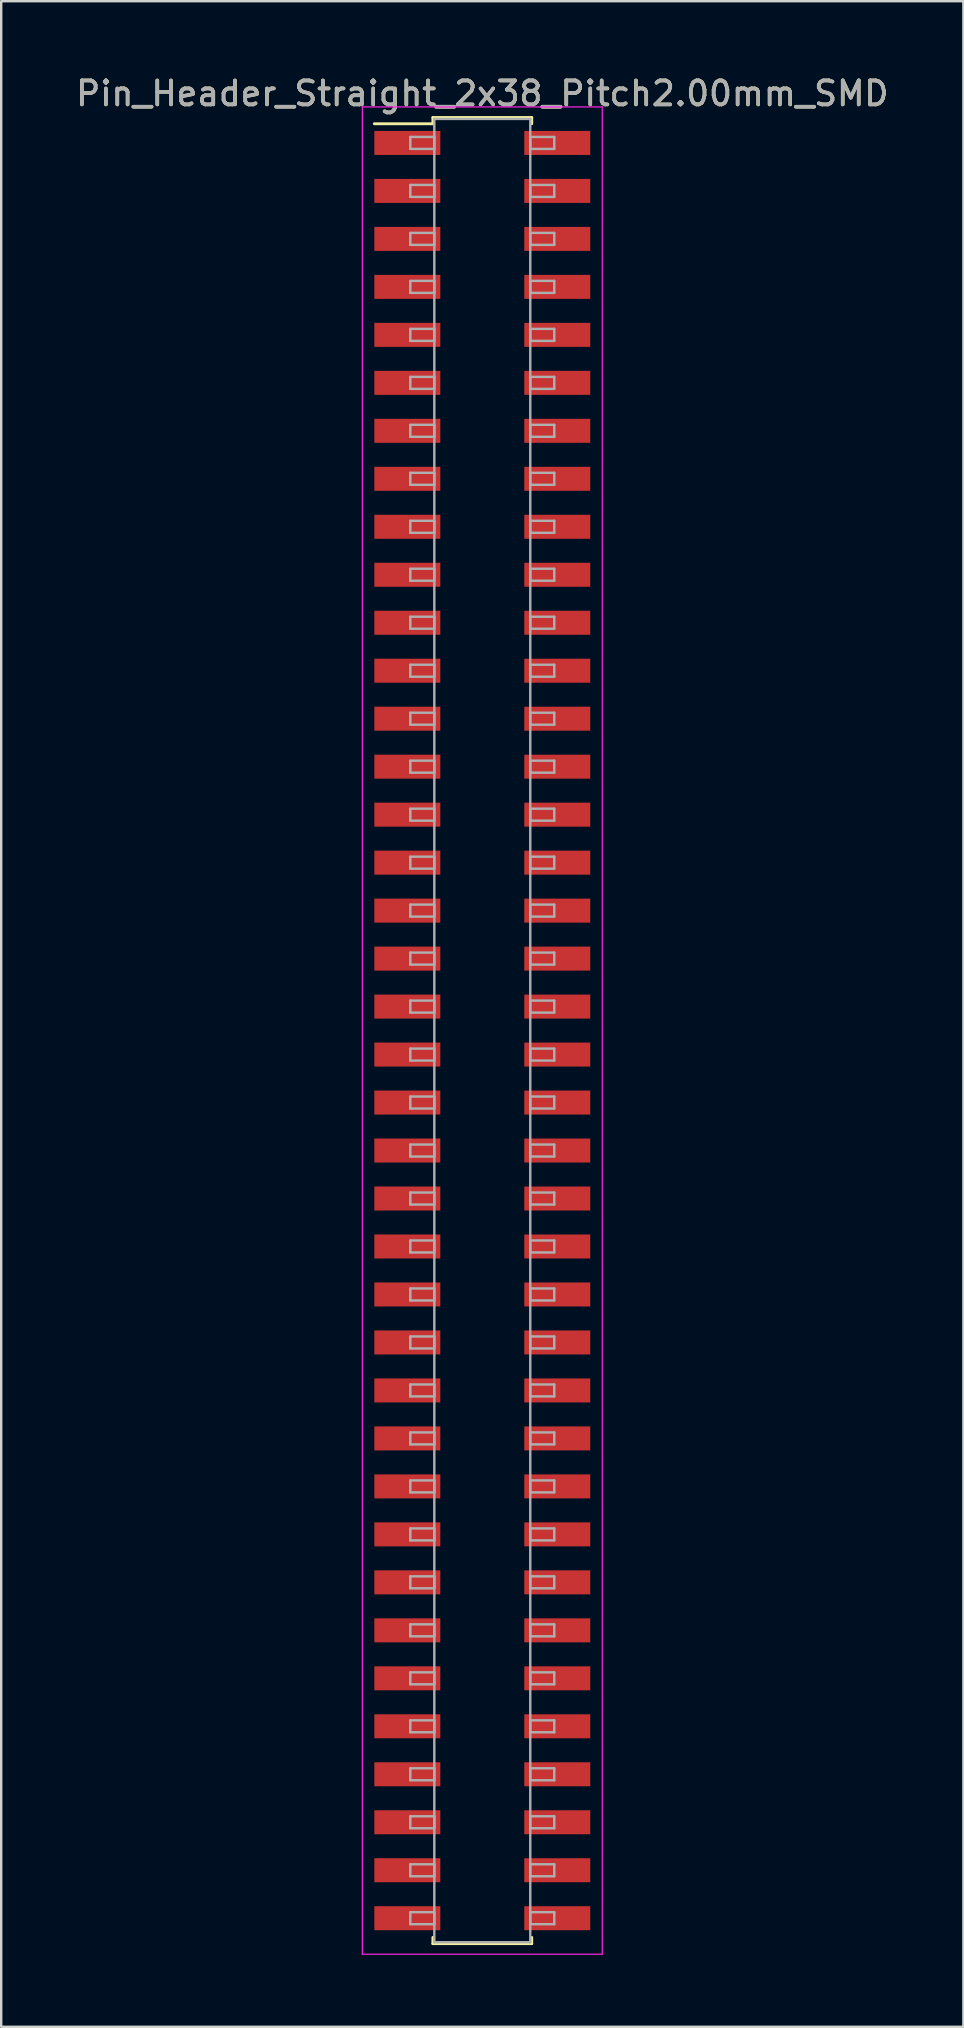
<source format=kicad_pcb>
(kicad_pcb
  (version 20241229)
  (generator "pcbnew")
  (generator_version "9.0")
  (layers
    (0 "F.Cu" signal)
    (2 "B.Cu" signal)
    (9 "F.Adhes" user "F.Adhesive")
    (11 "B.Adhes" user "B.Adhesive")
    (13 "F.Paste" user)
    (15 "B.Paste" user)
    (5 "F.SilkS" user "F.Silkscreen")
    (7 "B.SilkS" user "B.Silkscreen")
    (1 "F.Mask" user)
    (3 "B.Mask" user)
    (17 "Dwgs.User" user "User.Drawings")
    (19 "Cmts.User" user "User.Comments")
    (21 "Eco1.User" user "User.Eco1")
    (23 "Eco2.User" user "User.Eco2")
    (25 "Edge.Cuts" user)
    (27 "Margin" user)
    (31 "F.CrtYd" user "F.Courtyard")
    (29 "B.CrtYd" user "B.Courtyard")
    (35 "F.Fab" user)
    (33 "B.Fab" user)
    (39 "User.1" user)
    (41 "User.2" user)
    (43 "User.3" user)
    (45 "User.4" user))
  (footprint "Pin_Header_Straight_2x38_Pitch2.00mm_SMD"
    (layer "F.Cu")
    (at 17.054 39.908)
    (property "Reference" "Pin_Header_Straight_2x38_Pitch2.00mm_SMD" (at 0 -39.06 0) (layer "F.SilkS") (effects (font (size 1 1) (thickness 0.15))))
    (attr smd)
    (fp_line (start -4.5 -37.8) (end -2.06 -37.8) (stroke (width 0.12) (type solid)) (layer "F.SilkS"))
    (fp_line (start -2.06 -38.06) (end 2.06 -38.06) (stroke (width 0.12) (type solid)) (layer "F.SilkS"))
    (fp_line (start -2.06 -37.8) (end -2.06 -38.06) (stroke (width 0.12) (type solid)) (layer "F.SilkS"))
    (fp_line (start -2.06 37.8) (end -2.06 38.06) (stroke (width 0.12) (type solid)) (layer "F.SilkS"))
    (fp_line (start -2.06 38.06) (end 2.06 38.06) (stroke (width 0.12) (type solid)) (layer "F.SilkS"))
    (fp_line (start 2.06 -38.06) (end 2.06 -37.8) (stroke (width 0.12) (type solid)) (layer "F.SilkS"))
    (fp_line (start 2.06 38.06) (end 2.06 37.8) (stroke (width 0.12) (type solid)) (layer "F.SilkS"))
    (fp_line (start -5 -38.5) (end -5 38.5) (stroke (width 0.05) (type solid)) (layer "F.CrtYd"))
    (fp_line (start -5 38.5) (end 5 38.5) (stroke (width 0.05) (type solid)) (layer "F.CrtYd"))
    (fp_line (start 5 -38.5) (end -5 -38.5) (stroke (width 0.05) (type solid)) (layer "F.CrtYd"))
    (fp_line (start 5 38.5) (end 5 -38.5) (stroke (width 0.05) (type solid)) (layer "F.CrtYd"))
    (fp_line (start -3 -37.25) (end -2 -37.25) (stroke (width 0.1) (type solid)) (layer "F.Fab"))
    (fp_line (start -3 -36.75) (end -3 -37.25) (stroke (width 0.1) (type solid)) (layer "F.Fab"))
    (fp_line (start -3 -35.25) (end -2 -35.25) (stroke (width 0.1) (type solid)) (layer "F.Fab"))
    (fp_line (start -3 -34.75) (end -3 -35.25) (stroke (width 0.1) (type solid)) (layer "F.Fab"))
    (fp_line (start -3 -33.25) (end -2 -33.25) (stroke (width 0.1) (type solid)) (layer "F.Fab"))
    (fp_line (start -3 -32.75) (end -3 -33.25) (stroke (width 0.1) (type solid)) (layer "F.Fab"))
    (fp_line (start -3 -31.25) (end -2 -31.25) (stroke (width 0.1) (type solid)) (layer "F.Fab"))
    (fp_line (start -3 -30.75) (end -3 -31.25) (stroke (width 0.1) (type solid)) (layer "F.Fab"))
    (fp_line (start -3 -29.25) (end -2 -29.25) (stroke (width 0.1) (type solid)) (layer "F.Fab"))
    (fp_line (start -3 -28.75) (end -3 -29.25) (stroke (width 0.1) (type solid)) (layer "F.Fab"))
    (fp_line (start -3 -27.25) (end -2 -27.25) (stroke (width 0.1) (type solid)) (layer "F.Fab"))
    (fp_line (start -3 -26.75) (end -3 -27.25) (stroke (width 0.1) (type solid)) (layer "F.Fab"))
    (fp_line (start -3 -25.25) (end -2 -25.25) (stroke (width 0.1) (type solid)) (layer "F.Fab"))
    (fp_line (start -3 -24.75) (end -3 -25.25) (stroke (width 0.1) (type solid)) (layer "F.Fab"))
    (fp_line (start -3 -23.25) (end -2 -23.25) (stroke (width 0.1) (type solid)) (layer "F.Fab"))
    (fp_line (start -3 -22.75) (end -3 -23.25) (stroke (width 0.1) (type solid)) (layer "F.Fab"))
    (fp_line (start -3 -21.25) (end -2 -21.25) (stroke (width 0.1) (type solid)) (layer "F.Fab"))
    (fp_line (start -3 -20.75) (end -3 -21.25) (stroke (width 0.1) (type solid)) (layer "F.Fab"))
    (fp_line (start -3 -19.25) (end -2 -19.25) (stroke (width 0.1) (type solid)) (layer "F.Fab"))
    (fp_line (start -3 -18.75) (end -3 -19.25) (stroke (width 0.1) (type solid)) (layer "F.Fab"))
    (fp_line (start -3 -17.25) (end -2 -17.25) (stroke (width 0.1) (type solid)) (layer "F.Fab"))
    (fp_line (start -3 -16.75) (end -3 -17.25) (stroke (width 0.1) (type solid)) (layer "F.Fab"))
    (fp_line (start -3 -15.25) (end -2 -15.25) (stroke (width 0.1) (type solid)) (layer "F.Fab"))
    (fp_line (start -3 -14.75) (end -3 -15.25) (stroke (width 0.1) (type solid)) (layer "F.Fab"))
    (fp_line (start -3 -13.25) (end -2 -13.25) (stroke (width 0.1) (type solid)) (layer "F.Fab"))
    (fp_line (start -3 -12.75) (end -3 -13.25) (stroke (width 0.1) (type solid)) (layer "F.Fab"))
    (fp_line (start -3 -11.25) (end -2 -11.25) (stroke (width 0.1) (type solid)) (layer "F.Fab"))
    (fp_line (start -3 -10.75) (end -3 -11.25) (stroke (width 0.1) (type solid)) (layer "F.Fab"))
    (fp_line (start -3 -9.25) (end -2 -9.25) (stroke (width 0.1) (type solid)) (layer "F.Fab"))
    (fp_line (start -3 -8.75) (end -3 -9.25) (stroke (width 0.1) (type solid)) (layer "F.Fab"))
    (fp_line (start -3 -7.25) (end -2 -7.25) (stroke (width 0.1) (type solid)) (layer "F.Fab"))
    (fp_line (start -3 -6.75) (end -3 -7.25) (stroke (width 0.1) (type solid)) (layer "F.Fab"))
    (fp_line (start -3 -5.25) (end -2 -5.25) (stroke (width 0.1) (type solid)) (layer "F.Fab"))
    (fp_line (start -3 -4.75) (end -3 -5.25) (stroke (width 0.1) (type solid)) (layer "F.Fab"))
    (fp_line (start -3 -3.25) (end -2 -3.25) (stroke (width 0.1) (type solid)) (layer "F.Fab"))
    (fp_line (start -3 -2.75) (end -3 -3.25) (stroke (width 0.1) (type solid)) (layer "F.Fab"))
    (fp_line (start -3 -1.25) (end -2 -1.25) (stroke (width 0.1) (type solid)) (layer "F.Fab"))
    (fp_line (start -3 -0.75) (end -3 -1.25) (stroke (width 0.1) (type solid)) (layer "F.Fab"))
    (fp_line (start -3 0.75) (end -2 0.75) (stroke (width 0.1) (type solid)) (layer "F.Fab"))
    (fp_line (start -3 1.25) (end -3 0.75) (stroke (width 0.1) (type solid)) (layer "F.Fab"))
    (fp_line (start -3 2.75) (end -2 2.75) (stroke (width 0.1) (type solid)) (layer "F.Fab"))
    (fp_line (start -3 3.25) (end -3 2.75) (stroke (width 0.1) (type solid)) (layer "F.Fab"))
    (fp_line (start -3 4.75) (end -2 4.75) (stroke (width 0.1) (type solid)) (layer "F.Fab"))
    (fp_line (start -3 5.25) (end -3 4.75) (stroke (width 0.1) (type solid)) (layer "F.Fab"))
    (fp_line (start -3 6.75) (end -2 6.75) (stroke (width 0.1) (type solid)) (layer "F.Fab"))
    (fp_line (start -3 7.25) (end -3 6.75) (stroke (width 0.1) (type solid)) (layer "F.Fab"))
    (fp_line (start -3 8.75) (end -2 8.75) (stroke (width 0.1) (type solid)) (layer "F.Fab"))
    (fp_line (start -3 9.25) (end -3 8.75) (stroke (width 0.1) (type solid)) (layer "F.Fab"))
    (fp_line (start -3 10.75) (end -2 10.75) (stroke (width 0.1) (type solid)) (layer "F.Fab"))
    (fp_line (start -3 11.25) (end -3 10.75) (stroke (width 0.1) (type solid)) (layer "F.Fab"))
    (fp_line (start -3 12.75) (end -2 12.75) (stroke (width 0.1) (type solid)) (layer "F.Fab"))
    (fp_line (start -3 13.25) (end -3 12.75) (stroke (width 0.1) (type solid)) (layer "F.Fab"))
    (fp_line (start -3 14.75) (end -2 14.75) (stroke (width 0.1) (type solid)) (layer "F.Fab"))
    (fp_line (start -3 15.25) (end -3 14.75) (stroke (width 0.1) (type solid)) (layer "F.Fab"))
    (fp_line (start -3 16.75) (end -2 16.75) (stroke (width 0.1) (type solid)) (layer "F.Fab"))
    (fp_line (start -3 17.25) (end -3 16.75) (stroke (width 0.1) (type solid)) (layer "F.Fab"))
    (fp_line (start -3 18.75) (end -2 18.75) (stroke (width 0.1) (type solid)) (layer "F.Fab"))
    (fp_line (start -3 19.25) (end -3 18.75) (stroke (width 0.1) (type solid)) (layer "F.Fab"))
    (fp_line (start -3 20.75) (end -2 20.75) (stroke (width 0.1) (type solid)) (layer "F.Fab"))
    (fp_line (start -3 21.25) (end -3 20.75) (stroke (width 0.1) (type solid)) (layer "F.Fab"))
    (fp_line (start -3 22.75) (end -2 22.75) (stroke (width 0.1) (type solid)) (layer "F.Fab"))
    (fp_line (start -3 23.25) (end -3 22.75) (stroke (width 0.1) (type solid)) (layer "F.Fab"))
    (fp_line (start -3 24.75) (end -2 24.75) (stroke (width 0.1) (type solid)) (layer "F.Fab"))
    (fp_line (start -3 25.25) (end -3 24.75) (stroke (width 0.1) (type solid)) (layer "F.Fab"))
    (fp_line (start -3 26.75) (end -2 26.75) (stroke (width 0.1) (type solid)) (layer "F.Fab"))
    (fp_line (start -3 27.25) (end -3 26.75) (stroke (width 0.1) (type solid)) (layer "F.Fab"))
    (fp_line (start -3 28.75) (end -2 28.75) (stroke (width 0.1) (type solid)) (layer "F.Fab"))
    (fp_line (start -3 29.25) (end -3 28.75) (stroke (width 0.1) (type solid)) (layer "F.Fab"))
    (fp_line (start -3 30.75) (end -2 30.75) (stroke (width 0.1) (type solid)) (layer "F.Fab"))
    (fp_line (start -3 31.25) (end -3 30.75) (stroke (width 0.1) (type solid)) (layer "F.Fab"))
    (fp_line (start -3 32.75) (end -2 32.75) (stroke (width 0.1) (type solid)) (layer "F.Fab"))
    (fp_line (start -3 33.25) (end -3 32.75) (stroke (width 0.1) (type solid)) (layer "F.Fab"))
    (fp_line (start -3 34.75) (end -2 34.75) (stroke (width 0.1) (type solid)) (layer "F.Fab"))
    (fp_line (start -3 35.25) (end -3 34.75) (stroke (width 0.1) (type solid)) (layer "F.Fab"))
    (fp_line (start -3 36.75) (end -2 36.75) (stroke (width 0.1) (type solid)) (layer "F.Fab"))
    (fp_line (start -3 37.25) (end -3 36.75) (stroke (width 0.1) (type solid)) (layer "F.Fab"))
    (fp_line (start -2 -38) (end -2 38) (stroke (width 0.1) (type solid)) (layer "F.Fab"))
    (fp_line (start -2 -37.25) (end -2 -36.75) (stroke (width 0.1) (type solid)) (layer "F.Fab"))
    (fp_line (start -2 -36.75) (end -3 -36.75) (stroke (width 0.1) (type solid)) (layer "F.Fab"))
    (fp_line (start -2 -35.25) (end -2 -34.75) (stroke (width 0.1) (type solid)) (layer "F.Fab"))
    (fp_line (start -2 -34.75) (end -3 -34.75) (stroke (width 0.1) (type solid)) (layer "F.Fab"))
    (fp_line (start -2 -33.25) (end -2 -32.75) (stroke (width 0.1) (type solid)) (layer "F.Fab"))
    (fp_line (start -2 -32.75) (end -3 -32.75) (stroke (width 0.1) (type solid)) (layer "F.Fab"))
    (fp_line (start -2 -31.25) (end -2 -30.75) (stroke (width 0.1) (type solid)) (layer "F.Fab"))
    (fp_line (start -2 -30.75) (end -3 -30.75) (stroke (width 0.1) (type solid)) (layer "F.Fab"))
    (fp_line (start -2 -29.25) (end -2 -28.75) (stroke (width 0.1) (type solid)) (layer "F.Fab"))
    (fp_line (start -2 -28.75) (end -3 -28.75) (stroke (width 0.1) (type solid)) (layer "F.Fab"))
    (fp_line (start -2 -27.25) (end -2 -26.75) (stroke (width 0.1) (type solid)) (layer "F.Fab"))
    (fp_line (start -2 -26.75) (end -3 -26.75) (stroke (width 0.1) (type solid)) (layer "F.Fab"))
    (fp_line (start -2 -25.25) (end -2 -24.75) (stroke (width 0.1) (type solid)) (layer "F.Fab"))
    (fp_line (start -2 -24.75) (end -3 -24.75) (stroke (width 0.1) (type solid)) (layer "F.Fab"))
    (fp_line (start -2 -23.25) (end -2 -22.75) (stroke (width 0.1) (type solid)) (layer "F.Fab"))
    (fp_line (start -2 -22.75) (end -3 -22.75) (stroke (width 0.1) (type solid)) (layer "F.Fab"))
    (fp_line (start -2 -21.25) (end -2 -20.75) (stroke (width 0.1) (type solid)) (layer "F.Fab"))
    (fp_line (start -2 -20.75) (end -3 -20.75) (stroke (width 0.1) (type solid)) (layer "F.Fab"))
    (fp_line (start -2 -19.25) (end -2 -18.75) (stroke (width 0.1) (type solid)) (layer "F.Fab"))
    (fp_line (start -2 -18.75) (end -3 -18.75) (stroke (width 0.1) (type solid)) (layer "F.Fab"))
    (fp_line (start -2 -17.25) (end -2 -16.75) (stroke (width 0.1) (type solid)) (layer "F.Fab"))
    (fp_line (start -2 -16.75) (end -3 -16.75) (stroke (width 0.1) (type solid)) (layer "F.Fab"))
    (fp_line (start -2 -15.25) (end -2 -14.75) (stroke (width 0.1) (type solid)) (layer "F.Fab"))
    (fp_line (start -2 -14.75) (end -3 -14.75) (stroke (width 0.1) (type solid)) (layer "F.Fab"))
    (fp_line (start -2 -13.25) (end -2 -12.75) (stroke (width 0.1) (type solid)) (layer "F.Fab"))
    (fp_line (start -2 -12.75) (end -3 -12.75) (stroke (width 0.1) (type solid)) (layer "F.Fab"))
    (fp_line (start -2 -11.25) (end -2 -10.75) (stroke (width 0.1) (type solid)) (layer "F.Fab"))
    (fp_line (start -2 -10.75) (end -3 -10.75) (stroke (width 0.1) (type solid)) (layer "F.Fab"))
    (fp_line (start -2 -9.25) (end -2 -8.75) (stroke (width 0.1) (type solid)) (layer "F.Fab"))
    (fp_line (start -2 -8.75) (end -3 -8.75) (stroke (width 0.1) (type solid)) (layer "F.Fab"))
    (fp_line (start -2 -7.25) (end -2 -6.75) (stroke (width 0.1) (type solid)) (layer "F.Fab"))
    (fp_line (start -2 -6.75) (end -3 -6.75) (stroke (width 0.1) (type solid)) (layer "F.Fab"))
    (fp_line (start -2 -5.25) (end -2 -4.75) (stroke (width 0.1) (type solid)) (layer "F.Fab"))
    (fp_line (start -2 -4.75) (end -3 -4.75) (stroke (width 0.1) (type solid)) (layer "F.Fab"))
    (fp_line (start -2 -3.25) (end -2 -2.75) (stroke (width 0.1) (type solid)) (layer "F.Fab"))
    (fp_line (start -2 -2.75) (end -3 -2.75) (stroke (width 0.1) (type solid)) (layer "F.Fab"))
    (fp_line (start -2 -1.25) (end -2 -0.75) (stroke (width 0.1) (type solid)) (layer "F.Fab"))
    (fp_line (start -2 -0.75) (end -3 -0.75) (stroke (width 0.1) (type solid)) (layer "F.Fab"))
    (fp_line (start -2 0.75) (end -2 1.25) (stroke (width 0.1) (type solid)) (layer "F.Fab"))
    (fp_line (start -2 1.25) (end -3 1.25) (stroke (width 0.1) (type solid)) (layer "F.Fab"))
    (fp_line (start -2 2.75) (end -2 3.25) (stroke (width 0.1) (type solid)) (layer "F.Fab"))
    (fp_line (start -2 3.25) (end -3 3.25) (stroke (width 0.1) (type solid)) (layer "F.Fab"))
    (fp_line (start -2 4.75) (end -2 5.25) (stroke (width 0.1) (type solid)) (layer "F.Fab"))
    (fp_line (start -2 5.25) (end -3 5.25) (stroke (width 0.1) (type solid)) (layer "F.Fab"))
    (fp_line (start -2 6.75) (end -2 7.25) (stroke (width 0.1) (type solid)) (layer "F.Fab"))
    (fp_line (start -2 7.25) (end -3 7.25) (stroke (width 0.1) (type solid)) (layer "F.Fab"))
    (fp_line (start -2 8.75) (end -2 9.25) (stroke (width 0.1) (type solid)) (layer "F.Fab"))
    (fp_line (start -2 9.25) (end -3 9.25) (stroke (width 0.1) (type solid)) (layer "F.Fab"))
    (fp_line (start -2 10.75) (end -2 11.25) (stroke (width 0.1) (type solid)) (layer "F.Fab"))
    (fp_line (start -2 11.25) (end -3 11.25) (stroke (width 0.1) (type solid)) (layer "F.Fab"))
    (fp_line (start -2 12.75) (end -2 13.25) (stroke (width 0.1) (type solid)) (layer "F.Fab"))
    (fp_line (start -2 13.25) (end -3 13.25) (stroke (width 0.1) (type solid)) (layer "F.Fab"))
    (fp_line (start -2 14.75) (end -2 15.25) (stroke (width 0.1) (type solid)) (layer "F.Fab"))
    (fp_line (start -2 15.25) (end -3 15.25) (stroke (width 0.1) (type solid)) (layer "F.Fab"))
    (fp_line (start -2 16.75) (end -2 17.25) (stroke (width 0.1) (type solid)) (layer "F.Fab"))
    (fp_line (start -2 17.25) (end -3 17.25) (stroke (width 0.1) (type solid)) (layer "F.Fab"))
    (fp_line (start -2 18.75) (end -2 19.25) (stroke (width 0.1) (type solid)) (layer "F.Fab"))
    (fp_line (start -2 19.25) (end -3 19.25) (stroke (width 0.1) (type solid)) (layer "F.Fab"))
    (fp_line (start -2 20.75) (end -2 21.25) (stroke (width 0.1) (type solid)) (layer "F.Fab"))
    (fp_line (start -2 21.25) (end -3 21.25) (stroke (width 0.1) (type solid)) (layer "F.Fab"))
    (fp_line (start -2 22.75) (end -2 23.25) (stroke (width 0.1) (type solid)) (layer "F.Fab"))
    (fp_line (start -2 23.25) (end -3 23.25) (stroke (width 0.1) (type solid)) (layer "F.Fab"))
    (fp_line (start -2 24.75) (end -2 25.25) (stroke (width 0.1) (type solid)) (layer "F.Fab"))
    (fp_line (start -2 25.25) (end -3 25.25) (stroke (width 0.1) (type solid)) (layer "F.Fab"))
    (fp_line (start -2 26.75) (end -2 27.25) (stroke (width 0.1) (type solid)) (layer "F.Fab"))
    (fp_line (start -2 27.25) (end -3 27.25) (stroke (width 0.1) (type solid)) (layer "F.Fab"))
    (fp_line (start -2 28.75) (end -2 29.25) (stroke (width 0.1) (type solid)) (layer "F.Fab"))
    (fp_line (start -2 29.25) (end -3 29.25) (stroke (width 0.1) (type solid)) (layer "F.Fab"))
    (fp_line (start -2 30.75) (end -2 31.25) (stroke (width 0.1) (type solid)) (layer "F.Fab"))
    (fp_line (start -2 31.25) (end -3 31.25) (stroke (width 0.1) (type solid)) (layer "F.Fab"))
    (fp_line (start -2 32.75) (end -2 33.25) (stroke (width 0.1) (type solid)) (layer "F.Fab"))
    (fp_line (start -2 33.25) (end -3 33.25) (stroke (width 0.1) (type solid)) (layer "F.Fab"))
    (fp_line (start -2 34.75) (end -2 35.25) (stroke (width 0.1) (type solid)) (layer "F.Fab"))
    (fp_line (start -2 35.25) (end -3 35.25) (stroke (width 0.1) (type solid)) (layer "F.Fab"))
    (fp_line (start -2 36.75) (end -2 37.25) (stroke (width 0.1) (type solid)) (layer "F.Fab"))
    (fp_line (start -2 37.25) (end -3 37.25) (stroke (width 0.1) (type solid)) (layer "F.Fab"))
    (fp_line (start -2 38) (end 2 38) (stroke (width 0.1) (type solid)) (layer "F.Fab"))
    (fp_line (start 2 -38) (end -2 -38) (stroke (width 0.1) (type solid)) (layer "F.Fab"))
    (fp_line (start 2 -37.25) (end 2 -36.75) (stroke (width 0.1) (type solid)) (layer "F.Fab"))
    (fp_line (start 2 -36.75) (end 3 -36.75) (stroke (width 0.1) (type solid)) (layer "F.Fab"))
    (fp_line (start 2 -35.25) (end 2 -34.75) (stroke (width 0.1) (type solid)) (layer "F.Fab"))
    (fp_line (start 2 -34.75) (end 3 -34.75) (stroke (width 0.1) (type solid)) (layer "F.Fab"))
    (fp_line (start 2 -33.25) (end 2 -32.75) (stroke (width 0.1) (type solid)) (layer "F.Fab"))
    (fp_line (start 2 -32.75) (end 3 -32.75) (stroke (width 0.1) (type solid)) (layer "F.Fab"))
    (fp_line (start 2 -31.25) (end 2 -30.75) (stroke (width 0.1) (type solid)) (layer "F.Fab"))
    (fp_line (start 2 -30.75) (end 3 -30.75) (stroke (width 0.1) (type solid)) (layer "F.Fab"))
    (fp_line (start 2 -29.25) (end 2 -28.75) (stroke (width 0.1) (type solid)) (layer "F.Fab"))
    (fp_line (start 2 -28.75) (end 3 -28.75) (stroke (width 0.1) (type solid)) (layer "F.Fab"))
    (fp_line (start 2 -27.25) (end 2 -26.75) (stroke (width 0.1) (type solid)) (layer "F.Fab"))
    (fp_line (start 2 -26.75) (end 3 -26.75) (stroke (width 0.1) (type solid)) (layer "F.Fab"))
    (fp_line (start 2 -25.25) (end 2 -24.75) (stroke (width 0.1) (type solid)) (layer "F.Fab"))
    (fp_line (start 2 -24.75) (end 3 -24.75) (stroke (width 0.1) (type solid)) (layer "F.Fab"))
    (fp_line (start 2 -23.25) (end 2 -22.75) (stroke (width 0.1) (type solid)) (layer "F.Fab"))
    (fp_line (start 2 -22.75) (end 3 -22.75) (stroke (width 0.1) (type solid)) (layer "F.Fab"))
    (fp_line (start 2 -21.25) (end 2 -20.75) (stroke (width 0.1) (type solid)) (layer "F.Fab"))
    (fp_line (start 2 -20.75) (end 3 -20.75) (stroke (width 0.1) (type solid)) (layer "F.Fab"))
    (fp_line (start 2 -19.25) (end 2 -18.75) (stroke (width 0.1) (type solid)) (layer "F.Fab"))
    (fp_line (start 2 -18.75) (end 3 -18.75) (stroke (width 0.1) (type solid)) (layer "F.Fab"))
    (fp_line (start 2 -17.25) (end 2 -16.75) (stroke (width 0.1) (type solid)) (layer "F.Fab"))
    (fp_line (start 2 -16.75) (end 3 -16.75) (stroke (width 0.1) (type solid)) (layer "F.Fab"))
    (fp_line (start 2 -15.25) (end 2 -14.75) (stroke (width 0.1) (type solid)) (layer "F.Fab"))
    (fp_line (start 2 -14.75) (end 3 -14.75) (stroke (width 0.1) (type solid)) (layer "F.Fab"))
    (fp_line (start 2 -13.25) (end 2 -12.75) (stroke (width 0.1) (type solid)) (layer "F.Fab"))
    (fp_line (start 2 -12.75) (end 3 -12.75) (stroke (width 0.1) (type solid)) (layer "F.Fab"))
    (fp_line (start 2 -11.25) (end 2 -10.75) (stroke (width 0.1) (type solid)) (layer "F.Fab"))
    (fp_line (start 2 -10.75) (end 3 -10.75) (stroke (width 0.1) (type solid)) (layer "F.Fab"))
    (fp_line (start 2 -9.25) (end 2 -8.75) (stroke (width 0.1) (type solid)) (layer "F.Fab"))
    (fp_line (start 2 -8.75) (end 3 -8.75) (stroke (width 0.1) (type solid)) (layer "F.Fab"))
    (fp_line (start 2 -7.25) (end 2 -6.75) (stroke (width 0.1) (type solid)) (layer "F.Fab"))
    (fp_line (start 2 -6.75) (end 3 -6.75) (stroke (width 0.1) (type solid)) (layer "F.Fab"))
    (fp_line (start 2 -5.25) (end 2 -4.75) (stroke (width 0.1) (type solid)) (layer "F.Fab"))
    (fp_line (start 2 -4.75) (end 3 -4.75) (stroke (width 0.1) (type solid)) (layer "F.Fab"))
    (fp_line (start 2 -3.25) (end 2 -2.75) (stroke (width 0.1) (type solid)) (layer "F.Fab"))
    (fp_line (start 2 -2.75) (end 3 -2.75) (stroke (width 0.1) (type solid)) (layer "F.Fab"))
    (fp_line (start 2 -1.25) (end 2 -0.75) (stroke (width 0.1) (type solid)) (layer "F.Fab"))
    (fp_line (start 2 -0.75) (end 3 -0.75) (stroke (width 0.1) (type solid)) (layer "F.Fab"))
    (fp_line (start 2 0.75) (end 2 1.25) (stroke (width 0.1) (type solid)) (layer "F.Fab"))
    (fp_line (start 2 1.25) (end 3 1.25) (stroke (width 0.1) (type solid)) (layer "F.Fab"))
    (fp_line (start 2 2.75) (end 2 3.25) (stroke (width 0.1) (type solid)) (layer "F.Fab"))
    (fp_line (start 2 3.25) (end 3 3.25) (stroke (width 0.1) (type solid)) (layer "F.Fab"))
    (fp_line (start 2 4.75) (end 2 5.25) (stroke (width 0.1) (type solid)) (layer "F.Fab"))
    (fp_line (start 2 5.25) (end 3 5.25) (stroke (width 0.1) (type solid)) (layer "F.Fab"))
    (fp_line (start 2 6.75) (end 2 7.25) (stroke (width 0.1) (type solid)) (layer "F.Fab"))
    (fp_line (start 2 7.25) (end 3 7.25) (stroke (width 0.1) (type solid)) (layer "F.Fab"))
    (fp_line (start 2 8.75) (end 2 9.25) (stroke (width 0.1) (type solid)) (layer "F.Fab"))
    (fp_line (start 2 9.25) (end 3 9.25) (stroke (width 0.1) (type solid)) (layer "F.Fab"))
    (fp_line (start 2 10.75) (end 2 11.25) (stroke (width 0.1) (type solid)) (layer "F.Fab"))
    (fp_line (start 2 11.25) (end 3 11.25) (stroke (width 0.1) (type solid)) (layer "F.Fab"))
    (fp_line (start 2 12.75) (end 2 13.25) (stroke (width 0.1) (type solid)) (layer "F.Fab"))
    (fp_line (start 2 13.25) (end 3 13.25) (stroke (width 0.1) (type solid)) (layer "F.Fab"))
    (fp_line (start 2 14.75) (end 2 15.25) (stroke (width 0.1) (type solid)) (layer "F.Fab"))
    (fp_line (start 2 15.25) (end 3 15.25) (stroke (width 0.1) (type solid)) (layer "F.Fab"))
    (fp_line (start 2 16.75) (end 2 17.25) (stroke (width 0.1) (type solid)) (layer "F.Fab"))
    (fp_line (start 2 17.25) (end 3 17.25) (stroke (width 0.1) (type solid)) (layer "F.Fab"))
    (fp_line (start 2 18.75) (end 2 19.25) (stroke (width 0.1) (type solid)) (layer "F.Fab"))
    (fp_line (start 2 19.25) (end 3 19.25) (stroke (width 0.1) (type solid)) (layer "F.Fab"))
    (fp_line (start 2 20.75) (end 2 21.25) (stroke (width 0.1) (type solid)) (layer "F.Fab"))
    (fp_line (start 2 21.25) (end 3 21.25) (stroke (width 0.1) (type solid)) (layer "F.Fab"))
    (fp_line (start 2 22.75) (end 2 23.25) (stroke (width 0.1) (type solid)) (layer "F.Fab"))
    (fp_line (start 2 23.25) (end 3 23.25) (stroke (width 0.1) (type solid)) (layer "F.Fab"))
    (fp_line (start 2 24.75) (end 2 25.25) (stroke (width 0.1) (type solid)) (layer "F.Fab"))
    (fp_line (start 2 25.25) (end 3 25.25) (stroke (width 0.1) (type solid)) (layer "F.Fab"))
    (fp_line (start 2 26.75) (end 2 27.25) (stroke (width 0.1) (type solid)) (layer "F.Fab"))
    (fp_line (start 2 27.25) (end 3 27.25) (stroke (width 0.1) (type solid)) (layer "F.Fab"))
    (fp_line (start 2 28.75) (end 2 29.25) (stroke (width 0.1) (type solid)) (layer "F.Fab"))
    (fp_line (start 2 29.25) (end 3 29.25) (stroke (width 0.1) (type solid)) (layer "F.Fab"))
    (fp_line (start 2 30.75) (end 2 31.25) (stroke (width 0.1) (type solid)) (layer "F.Fab"))
    (fp_line (start 2 31.25) (end 3 31.25) (stroke (width 0.1) (type solid)) (layer "F.Fab"))
    (fp_line (start 2 32.75) (end 2 33.25) (stroke (width 0.1) (type solid)) (layer "F.Fab"))
    (fp_line (start 2 33.25) (end 3 33.25) (stroke (width 0.1) (type solid)) (layer "F.Fab"))
    (fp_line (start 2 34.75) (end 2 35.25) (stroke (width 0.1) (type solid)) (layer "F.Fab"))
    (fp_line (start 2 35.25) (end 3 35.25) (stroke (width 0.1) (type solid)) (layer "F.Fab"))
    (fp_line (start 2 36.75) (end 2 37.25) (stroke (width 0.1) (type solid)) (layer "F.Fab"))
    (fp_line (start 2 37.25) (end 3 37.25) (stroke (width 0.1) (type solid)) (layer "F.Fab"))
    (fp_line (start 2 38) (end 2 -38) (stroke (width 0.1) (type solid)) (layer "F.Fab"))
    (fp_line (start 3 -37.25) (end 2 -37.25) (stroke (width 0.1) (type solid)) (layer "F.Fab"))
    (fp_line (start 3 -36.75) (end 3 -37.25) (stroke (width 0.1) (type solid)) (layer "F.Fab"))
    (fp_line (start 3 -35.25) (end 2 -35.25) (stroke (width 0.1) (type solid)) (layer "F.Fab"))
    (fp_line (start 3 -34.75) (end 3 -35.25) (stroke (width 0.1) (type solid)) (layer "F.Fab"))
    (fp_line (start 3 -33.25) (end 2 -33.25) (stroke (width 0.1) (type solid)) (layer "F.Fab"))
    (fp_line (start 3 -32.75) (end 3 -33.25) (stroke (width 0.1) (type solid)) (layer "F.Fab"))
    (fp_line (start 3 -31.25) (end 2 -31.25) (stroke (width 0.1) (type solid)) (layer "F.Fab"))
    (fp_line (start 3 -30.75) (end 3 -31.25) (stroke (width 0.1) (type solid)) (layer "F.Fab"))
    (fp_line (start 3 -29.25) (end 2 -29.25) (stroke (width 0.1) (type solid)) (layer "F.Fab"))
    (fp_line (start 3 -28.75) (end 3 -29.25) (stroke (width 0.1) (type solid)) (layer "F.Fab"))
    (fp_line (start 3 -27.25) (end 2 -27.25) (stroke (width 0.1) (type solid)) (layer "F.Fab"))
    (fp_line (start 3 -26.75) (end 3 -27.25) (stroke (width 0.1) (type solid)) (layer "F.Fab"))
    (fp_line (start 3 -25.25) (end 2 -25.25) (stroke (width 0.1) (type solid)) (layer "F.Fab"))
    (fp_line (start 3 -24.75) (end 3 -25.25) (stroke (width 0.1) (type solid)) (layer "F.Fab"))
    (fp_line (start 3 -23.25) (end 2 -23.25) (stroke (width 0.1) (type solid)) (layer "F.Fab"))
    (fp_line (start 3 -22.75) (end 3 -23.25) (stroke (width 0.1) (type solid)) (layer "F.Fab"))
    (fp_line (start 3 -21.25) (end 2 -21.25) (stroke (width 0.1) (type solid)) (layer "F.Fab"))
    (fp_line (start 3 -20.75) (end 3 -21.25) (stroke (width 0.1) (type solid)) (layer "F.Fab"))
    (fp_line (start 3 -19.25) (end 2 -19.25) (stroke (width 0.1) (type solid)) (layer "F.Fab"))
    (fp_line (start 3 -18.75) (end 3 -19.25) (stroke (width 0.1) (type solid)) (layer "F.Fab"))
    (fp_line (start 3 -17.25) (end 2 -17.25) (stroke (width 0.1) (type solid)) (layer "F.Fab"))
    (fp_line (start 3 -16.75) (end 3 -17.25) (stroke (width 0.1) (type solid)) (layer "F.Fab"))
    (fp_line (start 3 -15.25) (end 2 -15.25) (stroke (width 0.1) (type solid)) (layer "F.Fab"))
    (fp_line (start 3 -14.75) (end 3 -15.25) (stroke (width 0.1) (type solid)) (layer "F.Fab"))
    (fp_line (start 3 -13.25) (end 2 -13.25) (stroke (width 0.1) (type solid)) (layer "F.Fab"))
    (fp_line (start 3 -12.75) (end 3 -13.25) (stroke (width 0.1) (type solid)) (layer "F.Fab"))
    (fp_line (start 3 -11.25) (end 2 -11.25) (stroke (width 0.1) (type solid)) (layer "F.Fab"))
    (fp_line (start 3 -10.75) (end 3 -11.25) (stroke (width 0.1) (type solid)) (layer "F.Fab"))
    (fp_line (start 3 -9.25) (end 2 -9.25) (stroke (width 0.1) (type solid)) (layer "F.Fab"))
    (fp_line (start 3 -8.75) (end 3 -9.25) (stroke (width 0.1) (type solid)) (layer "F.Fab"))
    (fp_line (start 3 -7.25) (end 2 -7.25) (stroke (width 0.1) (type solid)) (layer "F.Fab"))
    (fp_line (start 3 -6.75) (end 3 -7.25) (stroke (width 0.1) (type solid)) (layer "F.Fab"))
    (fp_line (start 3 -5.25) (end 2 -5.25) (stroke (width 0.1) (type solid)) (layer "F.Fab"))
    (fp_line (start 3 -4.75) (end 3 -5.25) (stroke (width 0.1) (type solid)) (layer "F.Fab"))
    (fp_line (start 3 -3.25) (end 2 -3.25) (stroke (width 0.1) (type solid)) (layer "F.Fab"))
    (fp_line (start 3 -2.75) (end 3 -3.25) (stroke (width 0.1) (type solid)) (layer "F.Fab"))
    (fp_line (start 3 -1.25) (end 2 -1.25) (stroke (width 0.1) (type solid)) (layer "F.Fab"))
    (fp_line (start 3 -0.75) (end 3 -1.25) (stroke (width 0.1) (type solid)) (layer "F.Fab"))
    (fp_line (start 3 0.75) (end 2 0.75) (stroke (width 0.1) (type solid)) (layer "F.Fab"))
    (fp_line (start 3 1.25) (end 3 0.75) (stroke (width 0.1) (type solid)) (layer "F.Fab"))
    (fp_line (start 3 2.75) (end 2 2.75) (stroke (width 0.1) (type solid)) (layer "F.Fab"))
    (fp_line (start 3 3.25) (end 3 2.75) (stroke (width 0.1) (type solid)) (layer "F.Fab"))
    (fp_line (start 3 4.75) (end 2 4.75) (stroke (width 0.1) (type solid)) (layer "F.Fab"))
    (fp_line (start 3 5.25) (end 3 4.75) (stroke (width 0.1) (type solid)) (layer "F.Fab"))
    (fp_line (start 3 6.75) (end 2 6.75) (stroke (width 0.1) (type solid)) (layer "F.Fab"))
    (fp_line (start 3 7.25) (end 3 6.75) (stroke (width 0.1) (type solid)) (layer "F.Fab"))
    (fp_line (start 3 8.75) (end 2 8.75) (stroke (width 0.1) (type solid)) (layer "F.Fab"))
    (fp_line (start 3 9.25) (end 3 8.75) (stroke (width 0.1) (type solid)) (layer "F.Fab"))
    (fp_line (start 3 10.75) (end 2 10.75) (stroke (width 0.1) (type solid)) (layer "F.Fab"))
    (fp_line (start 3 11.25) (end 3 10.75) (stroke (width 0.1) (type solid)) (layer "F.Fab"))
    (fp_line (start 3 12.75) (end 2 12.75) (stroke (width 0.1) (type solid)) (layer "F.Fab"))
    (fp_line (start 3 13.25) (end 3 12.75) (stroke (width 0.1) (type solid)) (layer "F.Fab"))
    (fp_line (start 3 14.75) (end 2 14.75) (stroke (width 0.1) (type solid)) (layer "F.Fab"))
    (fp_line (start 3 15.25) (end 3 14.75) (stroke (width 0.1) (type solid)) (layer "F.Fab"))
    (fp_line (start 3 16.75) (end 2 16.75) (stroke (width 0.1) (type solid)) (layer "F.Fab"))
    (fp_line (start 3 17.25) (end 3 16.75) (stroke (width 0.1) (type solid)) (layer "F.Fab"))
    (fp_line (start 3 18.75) (end 2 18.75) (stroke (width 0.1) (type solid)) (layer "F.Fab"))
    (fp_line (start 3 19.25) (end 3 18.75) (stroke (width 0.1) (type solid)) (layer "F.Fab"))
    (fp_line (start 3 20.75) (end 2 20.75) (stroke (width 0.1) (type solid)) (layer "F.Fab"))
    (fp_line (start 3 21.25) (end 3 20.75) (stroke (width 0.1) (type solid)) (layer "F.Fab"))
    (fp_line (start 3 22.75) (end 2 22.75) (stroke (width 0.1) (type solid)) (layer "F.Fab"))
    (fp_line (start 3 23.25) (end 3 22.75) (stroke (width 0.1) (type solid)) (layer "F.Fab"))
    (fp_line (start 3 24.75) (end 2 24.75) (stroke (width 0.1) (type solid)) (layer "F.Fab"))
    (fp_line (start 3 25.25) (end 3 24.75) (stroke (width 0.1) (type solid)) (layer "F.Fab"))
    (fp_line (start 3 26.75) (end 2 26.75) (stroke (width 0.1) (type solid)) (layer "F.Fab"))
    (fp_line (start 3 27.25) (end 3 26.75) (stroke (width 0.1) (type solid)) (layer "F.Fab"))
    (fp_line (start 3 28.75) (end 2 28.75) (stroke (width 0.1) (type solid)) (layer "F.Fab"))
    (fp_line (start 3 29.25) (end 3 28.75) (stroke (width 0.1) (type solid)) (layer "F.Fab"))
    (fp_line (start 3 30.75) (end 2 30.75) (stroke (width 0.1) (type solid)) (layer "F.Fab"))
    (fp_line (start 3 31.25) (end 3 30.75) (stroke (width 0.1) (type solid)) (layer "F.Fab"))
    (fp_line (start 3 32.75) (end 2 32.75) (stroke (width 0.1) (type solid)) (layer "F.Fab"))
    (fp_line (start 3 33.25) (end 3 32.75) (stroke (width 0.1) (type solid)) (layer "F.Fab"))
    (fp_line (start 3 34.75) (end 2 34.75) (stroke (width 0.1) (type solid)) (layer "F.Fab"))
    (fp_line (start 3 35.25) (end 3 34.75) (stroke (width 0.1) (type solid)) (layer "F.Fab"))
    (fp_line (start 3 36.75) (end 2 36.75) (stroke (width 0.1) (type solid)) (layer "F.Fab"))
    (fp_line (start 3 37.25) (end 3 36.75) (stroke (width 0.1) (type solid)) (layer "F.Fab"))
    (fp_text user "${REFERENCE}" (at 0 -39.06 0) (layer "F.Fab") (effects (font (size 1 1) (thickness 0.15))))
    (pad "1" smd rect (at -3.125 -37) (size 2.75 1) (layers "F.Cu" "F.Mask" "F.Paste"))
    (pad "2" smd rect (at 3.125 -37) (size 2.75 1) (layers "F.Cu" "F.Mask" "F.Paste"))
    (pad "3" smd rect (at -3.125 -35) (size 2.75 1) (layers "F.Cu" "F.Mask" "F.Paste"))
    (pad "4" smd rect (at 3.125 -35) (size 2.75 1) (layers "F.Cu" "F.Mask" "F.Paste"))
    (pad "5" smd rect (at -3.125 -33) (size 2.75 1) (layers "F.Cu" "F.Mask" "F.Paste"))
    (pad "6" smd rect (at 3.125 -33) (size 2.75 1) (layers "F.Cu" "F.Mask" "F.Paste"))
    (pad "7" smd rect (at -3.125 -31) (size 2.75 1) (layers "F.Cu" "F.Mask" "F.Paste"))
    (pad "8" smd rect (at 3.125 -31) (size 2.75 1) (layers "F.Cu" "F.Mask" "F.Paste"))
    (pad "9" smd rect (at -3.125 -29) (size 2.75 1) (layers "F.Cu" "F.Mask" "F.Paste"))
    (pad "10" smd rect (at 3.125 -29) (size 2.75 1) (layers "F.Cu" "F.Mask" "F.Paste"))
    (pad "11" smd rect (at -3.125 -27) (size 2.75 1) (layers "F.Cu" "F.Mask" "F.Paste"))
    (pad "12" smd rect (at 3.125 -27) (size 2.75 1) (layers "F.Cu" "F.Mask" "F.Paste"))
    (pad "13" smd rect (at -3.125 -25) (size 2.75 1) (layers "F.Cu" "F.Mask" "F.Paste"))
    (pad "14" smd rect (at 3.125 -25) (size 2.75 1) (layers "F.Cu" "F.Mask" "F.Paste"))
    (pad "15" smd rect (at -3.125 -23) (size 2.75 1) (layers "F.Cu" "F.Mask" "F.Paste"))
    (pad "16" smd rect (at 3.125 -23) (size 2.75 1) (layers "F.Cu" "F.Mask" "F.Paste"))
    (pad "17" smd rect (at -3.125 -21) (size 2.75 1) (layers "F.Cu" "F.Mask" "F.Paste"))
    (pad "18" smd rect (at 3.125 -21) (size 2.75 1) (layers "F.Cu" "F.Mask" "F.Paste"))
    (pad "19" smd rect (at -3.125 -19) (size 2.75 1) (layers "F.Cu" "F.Mask" "F.Paste"))
    (pad "20" smd rect (at 3.125 -19) (size 2.75 1) (layers "F.Cu" "F.Mask" "F.Paste"))
    (pad "21" smd rect (at -3.125 -17) (size 2.75 1) (layers "F.Cu" "F.Mask" "F.Paste"))
    (pad "22" smd rect (at 3.125 -17) (size 2.75 1) (layers "F.Cu" "F.Mask" "F.Paste"))
    (pad "23" smd rect (at -3.125 -15) (size 2.75 1) (layers "F.Cu" "F.Mask" "F.Paste"))
    (pad "24" smd rect (at 3.125 -15) (size 2.75 1) (layers "F.Cu" "F.Mask" "F.Paste"))
    (pad "25" smd rect (at -3.125 -13) (size 2.75 1) (layers "F.Cu" "F.Mask" "F.Paste"))
    (pad "26" smd rect (at 3.125 -13) (size 2.75 1) (layers "F.Cu" "F.Mask" "F.Paste"))
    (pad "27" smd rect (at -3.125 -11) (size 2.75 1) (layers "F.Cu" "F.Mask" "F.Paste"))
    (pad "28" smd rect (at 3.125 -11) (size 2.75 1) (layers "F.Cu" "F.Mask" "F.Paste"))
    (pad "29" smd rect (at -3.125 -9) (size 2.75 1) (layers "F.Cu" "F.Mask" "F.Paste"))
    (pad "30" smd rect (at 3.125 -9) (size 2.75 1) (layers "F.Cu" "F.Mask" "F.Paste"))
    (pad "31" smd rect (at -3.125 -7) (size 2.75 1) (layers "F.Cu" "F.Mask" "F.Paste"))
    (pad "32" smd rect (at 3.125 -7) (size 2.75 1) (layers "F.Cu" "F.Mask" "F.Paste"))
    (pad "33" smd rect (at -3.125 -5) (size 2.75 1) (layers "F.Cu" "F.Mask" "F.Paste"))
    (pad "34" smd rect (at 3.125 -5) (size 2.75 1) (layers "F.Cu" "F.Mask" "F.Paste"))
    (pad "35" smd rect (at -3.125 -3) (size 2.75 1) (layers "F.Cu" "F.Mask" "F.Paste"))
    (pad "36" smd rect (at 3.125 -3) (size 2.75 1) (layers "F.Cu" "F.Mask" "F.Paste"))
    (pad "37" smd rect (at -3.125 -1) (size 2.75 1) (layers "F.Cu" "F.Mask" "F.Paste"))
    (pad "38" smd rect (at 3.125 -1) (size 2.75 1) (layers "F.Cu" "F.Mask" "F.Paste"))
    (pad "39" smd rect (at -3.125 1) (size 2.75 1) (layers "F.Cu" "F.Mask" "F.Paste"))
    (pad "40" smd rect (at 3.125 1) (size 2.75 1) (layers "F.Cu" "F.Mask" "F.Paste"))
    (pad "41" smd rect (at -3.125 3) (size 2.75 1) (layers "F.Cu" "F.Mask" "F.Paste"))
    (pad "42" smd rect (at 3.125 3) (size 2.75 1) (layers "F.Cu" "F.Mask" "F.Paste"))
    (pad "43" smd rect (at -3.125 5) (size 2.75 1) (layers "F.Cu" "F.Mask" "F.Paste"))
    (pad "44" smd rect (at 3.125 5) (size 2.75 1) (layers "F.Cu" "F.Mask" "F.Paste"))
    (pad "45" smd rect (at -3.125 7) (size 2.75 1) (layers "F.Cu" "F.Mask" "F.Paste"))
    (pad "46" smd rect (at 3.125 7) (size 2.75 1) (layers "F.Cu" "F.Mask" "F.Paste"))
    (pad "47" smd rect (at -3.125 9) (size 2.75 1) (layers "F.Cu" "F.Mask" "F.Paste"))
    (pad "48" smd rect (at 3.125 9) (size 2.75 1) (layers "F.Cu" "F.Mask" "F.Paste"))
    (pad "49" smd rect (at -3.125 11) (size 2.75 1) (layers "F.Cu" "F.Mask" "F.Paste"))
    (pad "50" smd rect (at 3.125 11) (size 2.75 1) (layers "F.Cu" "F.Mask" "F.Paste"))
    (pad "51" smd rect (at -3.125 13) (size 2.75 1) (layers "F.Cu" "F.Mask" "F.Paste"))
    (pad "52" smd rect (at 3.125 13) (size 2.75 1) (layers "F.Cu" "F.Mask" "F.Paste"))
    (pad "53" smd rect (at -3.125 15) (size 2.75 1) (layers "F.Cu" "F.Mask" "F.Paste"))
    (pad "54" smd rect (at 3.125 15) (size 2.75 1) (layers "F.Cu" "F.Mask" "F.Paste"))
    (pad "55" smd rect (at -3.125 17) (size 2.75 1) (layers "F.Cu" "F.Mask" "F.Paste"))
    (pad "56" smd rect (at 3.125 17) (size 2.75 1) (layers "F.Cu" "F.Mask" "F.Paste"))
    (pad "57" smd rect (at -3.125 19) (size 2.75 1) (layers "F.Cu" "F.Mask" "F.Paste"))
    (pad "58" smd rect (at 3.125 19) (size 2.75 1) (layers "F.Cu" "F.Mask" "F.Paste"))
    (pad "59" smd rect (at -3.125 21) (size 2.75 1) (layers "F.Cu" "F.Mask" "F.Paste"))
    (pad "60" smd rect (at 3.125 21) (size 2.75 1) (layers "F.Cu" "F.Mask" "F.Paste"))
    (pad "61" smd rect (at -3.125 23) (size 2.75 1) (layers "F.Cu" "F.Mask" "F.Paste"))
    (pad "62" smd rect (at 3.125 23) (size 2.75 1) (layers "F.Cu" "F.Mask" "F.Paste"))
    (pad "63" smd rect (at -3.125 25) (size 2.75 1) (layers "F.Cu" "F.Mask" "F.Paste"))
    (pad "64" smd rect (at 3.125 25) (size 2.75 1) (layers "F.Cu" "F.Mask" "F.Paste"))
    (pad "65" smd rect (at -3.125 27) (size 2.75 1) (layers "F.Cu" "F.Mask" "F.Paste"))
    (pad "66" smd rect (at 3.125 27) (size 2.75 1) (layers "F.Cu" "F.Mask" "F.Paste"))
    (pad "67" smd rect (at -3.125 29) (size 2.75 1) (layers "F.Cu" "F.Mask" "F.Paste"))
    (pad "68" smd rect (at 3.125 29) (size 2.75 1) (layers "F.Cu" "F.Mask" "F.Paste"))
    (pad "69" smd rect (at -3.125 31) (size 2.75 1) (layers "F.Cu" "F.Mask" "F.Paste"))
    (pad "70" smd rect (at 3.125 31) (size 2.75 1) (layers "F.Cu" "F.Mask" "F.Paste"))
    (pad "71" smd rect (at -3.125 33) (size 2.75 1) (layers "F.Cu" "F.Mask" "F.Paste"))
    (pad "72" smd rect (at 3.125 33) (size 2.75 1) (layers "F.Cu" "F.Mask" "F.Paste"))
    (pad "73" smd rect (at -3.125 35) (size 2.75 1) (layers "F.Cu" "F.Mask" "F.Paste"))
    (pad "74" smd rect (at 3.125 35) (size 2.75 1) (layers "F.Cu" "F.Mask" "F.Paste"))
    (pad "75" smd rect (at -3.125 37) (size 2.75 1) (layers "F.Cu" "F.Mask" "F.Paste"))
    (pad "76" smd rect (at 3.125 37) (size 2.75 1) (layers "F.Cu" "F.Mask" "F.Paste")))
  (gr_rect
    (start -3 -3)
    (end 37.107 81.433)
    (stroke (width 0.1) (type default))
    (fill no)
    (layer "Edge.Cuts")))
</source>
